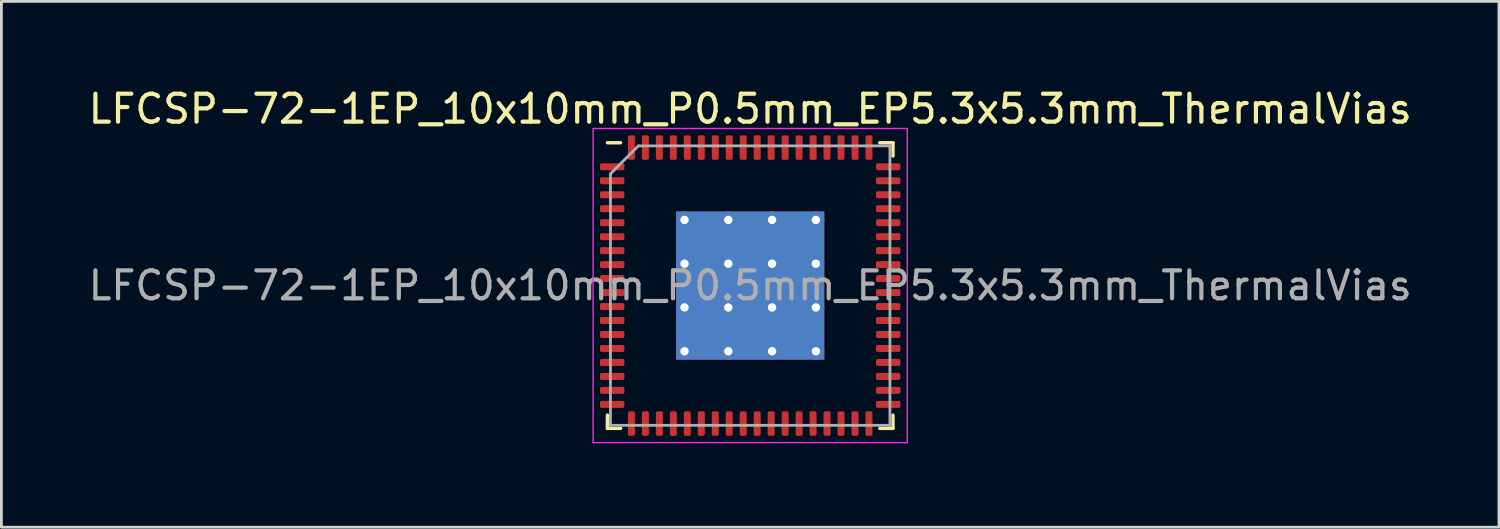
<source format=kicad_pcb>
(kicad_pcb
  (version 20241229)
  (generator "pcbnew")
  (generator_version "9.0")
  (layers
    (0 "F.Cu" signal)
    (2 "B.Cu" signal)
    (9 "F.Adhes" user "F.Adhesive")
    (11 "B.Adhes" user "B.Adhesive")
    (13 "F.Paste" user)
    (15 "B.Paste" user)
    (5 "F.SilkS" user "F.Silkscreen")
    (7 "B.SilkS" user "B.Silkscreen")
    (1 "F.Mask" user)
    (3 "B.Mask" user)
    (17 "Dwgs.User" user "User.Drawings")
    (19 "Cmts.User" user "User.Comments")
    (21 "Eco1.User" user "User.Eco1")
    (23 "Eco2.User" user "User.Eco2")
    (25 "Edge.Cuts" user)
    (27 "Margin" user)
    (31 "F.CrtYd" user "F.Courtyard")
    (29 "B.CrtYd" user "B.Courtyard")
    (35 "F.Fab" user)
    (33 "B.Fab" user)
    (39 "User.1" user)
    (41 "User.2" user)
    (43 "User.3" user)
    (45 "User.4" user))
  (footprint "LFCSP-72-1EP_10x10mm_P0.5mm_EP5.3x5.3mm_ThermalVias"
    (layer "F.Cu")
    (at 23.792 7.168)
    (property "Reference" "LFCSP-72-1EP_10x10mm_P0.5mm_EP5.3x5.3mm_ThermalVias" (at 0 -6.32 0) (layer "F.SilkS") (effects (font (size 1 1) (thickness 0.15))))
    (attr smd)
    (fp_line (start -5.11 5.11) (end -5.11 4.635) (stroke (width 0.12) (type solid)) (layer "F.SilkS"))
    (fp_line (start -4.635 -5.11) (end -5.11 -5.11) (stroke (width 0.12) (type solid)) (layer "F.SilkS"))
    (fp_line (start -4.635 5.11) (end -5.11 5.11) (stroke (width 0.12) (type solid)) (layer "F.SilkS"))
    (fp_line (start 4.635 -5.11) (end 5.11 -5.11) (stroke (width 0.12) (type solid)) (layer "F.SilkS"))
    (fp_line (start 4.635 5.11) (end 5.11 5.11) (stroke (width 0.12) (type solid)) (layer "F.SilkS"))
    (fp_line (start 5.11 -5.11) (end 5.11 -4.635) (stroke (width 0.12) (type solid)) (layer "F.SilkS"))
    (fp_line (start 5.11 5.11) (end 5.11 4.635) (stroke (width 0.12) (type solid)) (layer "F.SilkS"))
    (fp_line (start -5.62 -5.62) (end -5.62 5.62) (stroke (width 0.05) (type solid)) (layer "F.CrtYd"))
    (fp_line (start -5.62 5.62) (end 5.62 5.62) (stroke (width 0.05) (type solid)) (layer "F.CrtYd"))
    (fp_line (start 5.62 -5.62) (end -5.62 -5.62) (stroke (width 0.05) (type solid)) (layer "F.CrtYd"))
    (fp_line (start 5.62 5.62) (end 5.62 -5.62) (stroke (width 0.05) (type solid)) (layer "F.CrtYd"))
    (fp_line (start -5 -4) (end -4 -5) (stroke (width 0.1) (type solid)) (layer "F.Fab"))
    (fp_line (start -5 5) (end -5 -4) (stroke (width 0.1) (type solid)) (layer "F.Fab"))
    (fp_line (start -4 -5) (end 5 -5) (stroke (width 0.1) (type solid)) (layer "F.Fab"))
    (fp_line (start 5 -5) (end 5 5) (stroke (width 0.1) (type solid)) (layer "F.Fab"))
    (fp_line (start 5 5) (end -5 5) (stroke (width 0.1) (type solid)) (layer "F.Fab"))
    (fp_text user "${REFERENCE}" (at 0 0 0) (layer "F.Fab") (effects (font (size 1 1) (thickness 0.15))))
    (pad "" smd custom (at -1.567 -1.567) (size 1.275 1.275) (layers "F.Paste") (options (anchor circle)) (primitives (gr_poly (pts (xy 0.563 -0.439) (xy 0.563 0.439) (xy 0.439 0.563) (xy -0.439 0.563) (xy -0.563 0.439) (xy -0.563 -0.439) (xy -0.439 -0.563) (xy 0.439 -0.563)) (width 0.299) (fill yes))))
    (pad "" smd custom (at -1.567 0) (size 1.275 1.275) (layers "F.Paste") (options (anchor circle)) (primitives (gr_poly (pts (xy 0.563 -0.439) (xy 0.563 0.439) (xy 0.439 0.563) (xy -0.439 0.563) (xy -0.563 0.439) (xy -0.563 -0.439) (xy -0.439 -0.563) (xy 0.439 -0.563)) (width 0.299) (fill yes))))
    (pad "" smd custom (at -1.567 1.567) (size 1.275 1.275) (layers "F.Paste") (options (anchor circle)) (primitives (gr_poly (pts (xy 0.563 -0.439) (xy 0.563 0.439) (xy 0.439 0.563) (xy -0.439 0.563) (xy -0.563 0.439) (xy -0.563 -0.439) (xy -0.439 -0.563) (xy 0.439 -0.563)) (width 0.299) (fill yes))))
    (pad "" smd custom (at 0 -1.567) (size 1.275 1.275) (layers "F.Paste") (options (anchor circle)) (primitives (gr_poly (pts (xy 0.563 -0.439) (xy 0.563 0.439) (xy 0.439 0.563) (xy -0.439 0.563) (xy -0.563 0.439) (xy -0.563 -0.439) (xy -0.439 -0.563) (xy 0.439 -0.563)) (width 0.299) (fill yes))))
    (pad "" smd custom (at 0 0) (size 1.275 1.275) (layers "F.Paste") (options (anchor circle)) (primitives (gr_poly (pts (xy 0.563 -0.439) (xy 0.563 0.439) (xy 0.439 0.563) (xy -0.439 0.563) (xy -0.563 0.439) (xy -0.563 -0.439) (xy -0.439 -0.563) (xy 0.439 -0.563)) (width 0.299) (fill yes))))
    (pad "" smd custom (at 0 1.567) (size 1.275 1.275) (layers "F.Paste") (options (anchor circle)) (primitives (gr_poly (pts (xy 0.563 -0.439) (xy 0.563 0.439) (xy 0.439 0.563) (xy -0.439 0.563) (xy -0.563 0.439) (xy -0.563 -0.439) (xy -0.439 -0.563) (xy 0.439 -0.563)) (width 0.299) (fill yes))))
    (pad "" smd custom (at 1.567 -1.567) (size 1.275 1.275) (layers "F.Paste") (options (anchor circle)) (primitives (gr_poly (pts (xy 0.563 -0.439) (xy 0.563 0.439) (xy 0.439 0.563) (xy -0.439 0.563) (xy -0.563 0.439) (xy -0.563 -0.439) (xy -0.439 -0.563) (xy 0.439 -0.563)) (width 0.299) (fill yes))))
    (pad "" smd custom (at 1.567 0) (size 1.275 1.275) (layers "F.Paste") (options (anchor circle)) (primitives (gr_poly (pts (xy 0.563 -0.439) (xy 0.563 0.439) (xy 0.439 0.563) (xy -0.439 0.563) (xy -0.563 0.439) (xy -0.563 -0.439) (xy -0.439 -0.563) (xy 0.439 -0.563)) (width 0.299) (fill yes))))
    (pad "" smd custom (at 1.567 1.567) (size 1.275 1.275) (layers "F.Paste") (options (anchor circle)) (primitives (gr_poly (pts (xy 0.563 -0.439) (xy 0.563 0.439) (xy 0.439 0.563) (xy -0.439 0.563) (xy -0.563 0.439) (xy -0.563 -0.439) (xy -0.439 -0.563) (xy 0.439 -0.563)) (width 0.299) (fill yes))))
    (pad "1" smd roundrect (at -4.938 -4.25) (size 0.875 0.25) (layers "F.Cu" "F.Mask" "F.Paste") (roundrect_rratio 0.25))
    (pad "2" smd roundrect (at -4.938 -3.75) (size 0.875 0.25) (layers "F.Cu" "F.Mask" "F.Paste") (roundrect_rratio 0.25))
    (pad "3" smd roundrect (at -4.938 -3.25) (size 0.875 0.25) (layers "F.Cu" "F.Mask" "F.Paste") (roundrect_rratio 0.25))
    (pad "4" smd roundrect (at -4.938 -2.75) (size 0.875 0.25) (layers "F.Cu" "F.Mask" "F.Paste") (roundrect_rratio 0.25))
    (pad "5" smd roundrect (at -4.938 -2.25) (size 0.875 0.25) (layers "F.Cu" "F.Mask" "F.Paste") (roundrect_rratio 0.25))
    (pad "6" smd roundrect (at -4.938 -1.75) (size 0.875 0.25) (layers "F.Cu" "F.Mask" "F.Paste") (roundrect_rratio 0.25))
    (pad "7" smd roundrect (at -4.938 -1.25) (size 0.875 0.25) (layers "F.Cu" "F.Mask" "F.Paste") (roundrect_rratio 0.25))
    (pad "8" smd roundrect (at -4.938 -0.75) (size 0.875 0.25) (layers "F.Cu" "F.Mask" "F.Paste") (roundrect_rratio 0.25))
    (pad "9" smd roundrect (at -4.938 -0.25) (size 0.875 0.25) (layers "F.Cu" "F.Mask" "F.Paste") (roundrect_rratio 0.25))
    (pad "10" smd roundrect (at -4.938 0.25) (size 0.875 0.25) (layers "F.Cu" "F.Mask" "F.Paste") (roundrect_rratio 0.25))
    (pad "11" smd roundrect (at -4.938 0.75) (size 0.875 0.25) (layers "F.Cu" "F.Mask" "F.Paste") (roundrect_rratio 0.25))
    (pad "12" smd roundrect (at -4.938 1.25) (size 0.875 0.25) (layers "F.Cu" "F.Mask" "F.Paste") (roundrect_rratio 0.25))
    (pad "13" smd roundrect (at -4.938 1.75) (size 0.875 0.25) (layers "F.Cu" "F.Mask" "F.Paste") (roundrect_rratio 0.25))
    (pad "14" smd roundrect (at -4.938 2.25) (size 0.875 0.25) (layers "F.Cu" "F.Mask" "F.Paste") (roundrect_rratio 0.25))
    (pad "15" smd roundrect (at -4.938 2.75) (size 0.875 0.25) (layers "F.Cu" "F.Mask" "F.Paste") (roundrect_rratio 0.25))
    (pad "16" smd roundrect (at -4.938 3.25) (size 0.875 0.25) (layers "F.Cu" "F.Mask" "F.Paste") (roundrect_rratio 0.25))
    (pad "17" smd roundrect (at -4.938 3.75) (size 0.875 0.25) (layers "F.Cu" "F.Mask" "F.Paste") (roundrect_rratio 0.25))
    (pad "18" smd roundrect (at -4.938 4.25) (size 0.875 0.25) (layers "F.Cu" "F.Mask" "F.Paste") (roundrect_rratio 0.25))
    (pad "19" smd roundrect (at -4.25 4.938) (size 0.25 0.875) (layers "F.Cu" "F.Mask" "F.Paste") (roundrect_rratio 0.25))
    (pad "20" smd roundrect (at -3.75 4.938) (size 0.25 0.875) (layers "F.Cu" "F.Mask" "F.Paste") (roundrect_rratio 0.25))
    (pad "21" smd roundrect (at -3.25 4.938) (size 0.25 0.875) (layers "F.Cu" "F.Mask" "F.Paste") (roundrect_rratio 0.25))
    (pad "22" smd roundrect (at -2.75 4.938) (size 0.25 0.875) (layers "F.Cu" "F.Mask" "F.Paste") (roundrect_rratio 0.25))
    (pad "23" smd roundrect (at -2.25 4.938) (size 0.25 0.875) (layers "F.Cu" "F.Mask" "F.Paste") (roundrect_rratio 0.25))
    (pad "24" smd roundrect (at -1.75 4.938) (size 0.25 0.875) (layers "F.Cu" "F.Mask" "F.Paste") (roundrect_rratio 0.25))
    (pad "25" smd roundrect (at -1.25 4.938) (size 0.25 0.875) (layers "F.Cu" "F.Mask" "F.Paste") (roundrect_rratio 0.25))
    (pad "26" smd roundrect (at -0.75 4.938) (size 0.25 0.875) (layers "F.Cu" "F.Mask" "F.Paste") (roundrect_rratio 0.25))
    (pad "27" smd roundrect (at -0.25 4.938) (size 0.25 0.875) (layers "F.Cu" "F.Mask" "F.Paste") (roundrect_rratio 0.25))
    (pad "28" smd roundrect (at 0.25 4.938) (size 0.25 0.875) (layers "F.Cu" "F.Mask" "F.Paste") (roundrect_rratio 0.25))
    (pad "29" smd roundrect (at 0.75 4.938) (size 0.25 0.875) (layers "F.Cu" "F.Mask" "F.Paste") (roundrect_rratio 0.25))
    (pad "30" smd roundrect (at 1.25 4.938) (size 0.25 0.875) (layers "F.Cu" "F.Mask" "F.Paste") (roundrect_rratio 0.25))
    (pad "31" smd roundrect (at 1.75 4.938) (size 0.25 0.875) (layers "F.Cu" "F.Mask" "F.Paste") (roundrect_rratio 0.25))
    (pad "32" smd roundrect (at 2.25 4.938) (size 0.25 0.875) (layers "F.Cu" "F.Mask" "F.Paste") (roundrect_rratio 0.25))
    (pad "33" smd roundrect (at 2.75 4.938) (size 0.25 0.875) (layers "F.Cu" "F.Mask" "F.Paste") (roundrect_rratio 0.25))
    (pad "34" smd roundrect (at 3.25 4.938) (size 0.25 0.875) (layers "F.Cu" "F.Mask" "F.Paste") (roundrect_rratio 0.25))
    (pad "35" smd roundrect (at 3.75 4.938) (size 0.25 0.875) (layers "F.Cu" "F.Mask" "F.Paste") (roundrect_rratio 0.25))
    (pad "36" smd roundrect (at 4.25 4.938) (size 0.25 0.875) (layers "F.Cu" "F.Mask" "F.Paste") (roundrect_rratio 0.25))
    (pad "37" smd roundrect (at 4.938 4.25) (size 0.875 0.25) (layers "F.Cu" "F.Mask" "F.Paste") (roundrect_rratio 0.25))
    (pad "38" smd roundrect (at 4.938 3.75) (size 0.875 0.25) (layers "F.Cu" "F.Mask" "F.Paste") (roundrect_rratio 0.25))
    (pad "39" smd roundrect (at 4.938 3.25) (size 0.875 0.25) (layers "F.Cu" "F.Mask" "F.Paste") (roundrect_rratio 0.25))
    (pad "40" smd roundrect (at 4.938 2.75) (size 0.875 0.25) (layers "F.Cu" "F.Mask" "F.Paste") (roundrect_rratio 0.25))
    (pad "41" smd roundrect (at 4.938 2.25) (size 0.875 0.25) (layers "F.Cu" "F.Mask" "F.Paste") (roundrect_rratio 0.25))
    (pad "42" smd roundrect (at 4.938 1.75) (size 0.875 0.25) (layers "F.Cu" "F.Mask" "F.Paste") (roundrect_rratio 0.25))
    (pad "43" smd roundrect (at 4.938 1.25) (size 0.875 0.25) (layers "F.Cu" "F.Mask" "F.Paste") (roundrect_rratio 0.25))
    (pad "44" smd roundrect (at 4.938 0.75) (size 0.875 0.25) (layers "F.Cu" "F.Mask" "F.Paste") (roundrect_rratio 0.25))
    (pad "45" smd roundrect (at 4.938 0.25) (size 0.875 0.25) (layers "F.Cu" "F.Mask" "F.Paste") (roundrect_rratio 0.25))
    (pad "46" smd roundrect (at 4.938 -0.25) (size 0.875 0.25) (layers "F.Cu" "F.Mask" "F.Paste") (roundrect_rratio 0.25))
    (pad "47" smd roundrect (at 4.938 -0.75) (size 0.875 0.25) (layers "F.Cu" "F.Mask" "F.Paste") (roundrect_rratio 0.25))
    (pad "48" smd roundrect (at 4.938 -1.25) (size 0.875 0.25) (layers "F.Cu" "F.Mask" "F.Paste") (roundrect_rratio 0.25))
    (pad "49" smd roundrect (at 4.938 -1.75) (size 0.875 0.25) (layers "F.Cu" "F.Mask" "F.Paste") (roundrect_rratio 0.25))
    (pad "50" smd roundrect (at 4.938 -2.25) (size 0.875 0.25) (layers "F.Cu" "F.Mask" "F.Paste") (roundrect_rratio 0.25))
    (pad "51" smd roundrect (at 4.938 -2.75) (size 0.875 0.25) (layers "F.Cu" "F.Mask" "F.Paste") (roundrect_rratio 0.25))
    (pad "52" smd roundrect (at 4.938 -3.25) (size 0.875 0.25) (layers "F.Cu" "F.Mask" "F.Paste") (roundrect_rratio 0.25))
    (pad "53" smd roundrect (at 4.938 -3.75) (size 0.875 0.25) (layers "F.Cu" "F.Mask" "F.Paste") (roundrect_rratio 0.25))
    (pad "54" smd roundrect (at 4.938 -4.25) (size 0.875 0.25) (layers "F.Cu" "F.Mask" "F.Paste") (roundrect_rratio 0.25))
    (pad "55" smd roundrect (at 4.25 -4.938) (size 0.25 0.875) (layers "F.Cu" "F.Mask" "F.Paste") (roundrect_rratio 0.25))
    (pad "56" smd roundrect (at 3.75 -4.938) (size 0.25 0.875) (layers "F.Cu" "F.Mask" "F.Paste") (roundrect_rratio 0.25))
    (pad "57" smd roundrect (at 3.25 -4.938) (size 0.25 0.875) (layers "F.Cu" "F.Mask" "F.Paste") (roundrect_rratio 0.25))
    (pad "58" smd roundrect (at 2.75 -4.938) (size 0.25 0.875) (layers "F.Cu" "F.Mask" "F.Paste") (roundrect_rratio 0.25))
    (pad "59" smd roundrect (at 2.25 -4.938) (size 0.25 0.875) (layers "F.Cu" "F.Mask" "F.Paste") (roundrect_rratio 0.25))
    (pad "60" smd roundrect (at 1.75 -4.938) (size 0.25 0.875) (layers "F.Cu" "F.Mask" "F.Paste") (roundrect_rratio 0.25))
    (pad "61" smd roundrect (at 1.25 -4.938) (size 0.25 0.875) (layers "F.Cu" "F.Mask" "F.Paste") (roundrect_rratio 0.25))
    (pad "62" smd roundrect (at 0.75 -4.938) (size 0.25 0.875) (layers "F.Cu" "F.Mask" "F.Paste") (roundrect_rratio 0.25))
    (pad "63" smd roundrect (at 0.25 -4.938) (size 0.25 0.875) (layers "F.Cu" "F.Mask" "F.Paste") (roundrect_rratio 0.25))
    (pad "64" smd roundrect (at -0.25 -4.938) (size 0.25 0.875) (layers "F.Cu" "F.Mask" "F.Paste") (roundrect_rratio 0.25))
    (pad "65" smd roundrect (at -0.75 -4.938) (size 0.25 0.875) (layers "F.Cu" "F.Mask" "F.Paste") (roundrect_rratio 0.25))
    (pad "66" smd roundrect (at -1.25 -4.938) (size 0.25 0.875) (layers "F.Cu" "F.Mask" "F.Paste") (roundrect_rratio 0.25))
    (pad "67" smd roundrect (at -1.75 -4.938) (size 0.25 0.875) (layers "F.Cu" "F.Mask" "F.Paste") (roundrect_rratio 0.25))
    (pad "68" smd roundrect (at -2.25 -4.938) (size 0.25 0.875) (layers "F.Cu" "F.Mask" "F.Paste") (roundrect_rratio 0.25))
    (pad "69" smd roundrect (at -2.75 -4.938) (size 0.25 0.875) (layers "F.Cu" "F.Mask" "F.Paste") (roundrect_rratio 0.25))
    (pad "70" smd roundrect (at -3.25 -4.938) (size 0.25 0.875) (layers "F.Cu" "F.Mask" "F.Paste") (roundrect_rratio 0.25))
    (pad "71" smd roundrect (at -3.75 -4.938) (size 0.25 0.875) (layers "F.Cu" "F.Mask" "F.Paste") (roundrect_rratio 0.25))
    (pad "72" smd roundrect (at -4.25 -4.938) (size 0.25 0.875) (layers "F.Cu" "F.Mask" "F.Paste") (roundrect_rratio 0.25))
    (pad "73" thru_hole circle (at -2.35 -2.35) (size 0.6 0.6) (drill 0.3) (layers "*.Cu"))
    (pad "73" thru_hole circle (at -2.35 -0.783) (size 0.6 0.6) (drill 0.3) (layers "*.Cu"))
    (pad "73" thru_hole circle (at -2.35 0.783) (size 0.6 0.6) (drill 0.3) (layers "*.Cu"))
    (pad "73" thru_hole circle (at -2.35 2.35) (size 0.6 0.6) (drill 0.3) (layers "*.Cu"))
    (pad "73" thru_hole circle (at -0.783 -2.35) (size 0.6 0.6) (drill 0.3) (layers "*.Cu"))
    (pad "73" thru_hole circle (at -0.783 -0.783) (size 0.6 0.6) (drill 0.3) (layers "*.Cu"))
    (pad "73" thru_hole circle (at -0.783 0.783) (size 0.6 0.6) (drill 0.3) (layers "*.Cu"))
    (pad "73" thru_hole circle (at -0.783 2.35) (size 0.6 0.6) (drill 0.3) (layers "*.Cu"))
    (pad "73" smd rect (at 0 0) (size 5.3 5.3) (layers "F.Cu" "F.Mask"))
    (pad "73" smd rect (at 0 0) (size 5.3 5.3) (layers "B.Cu"))
    (pad "73" thru_hole circle (at 0.783 -2.35) (size 0.6 0.6) (drill 0.3) (layers "*.Cu"))
    (pad "73" thru_hole circle (at 0.783 -0.783) (size 0.6 0.6) (drill 0.3) (layers "*.Cu"))
    (pad "73" thru_hole circle (at 0.783 0.783) (size 0.6 0.6) (drill 0.3) (layers "*.Cu"))
    (pad "73" thru_hole circle (at 0.783 2.35) (size 0.6 0.6) (drill 0.3) (layers "*.Cu"))
    (pad "73" thru_hole circle (at 2.35 -2.35) (size 0.6 0.6) (drill 0.3) (layers "*.Cu"))
    (pad "73" thru_hole circle (at 2.35 -0.783) (size 0.6 0.6) (drill 0.3) (layers "*.Cu"))
    (pad "73" thru_hole circle (at 2.35 0.783) (size 0.6 0.6) (drill 0.3) (layers "*.Cu"))
    (pad "73" thru_hole circle (at 2.35 2.35) (size 0.6 0.6) (drill 0.3) (layers "*.Cu")))
  (gr_rect
    (start -3 -3)
    (end 50.583 15.813)
    (stroke (width 0.1) (type default))
    (fill no)
    (layer "Edge.Cuts")))
</source>
